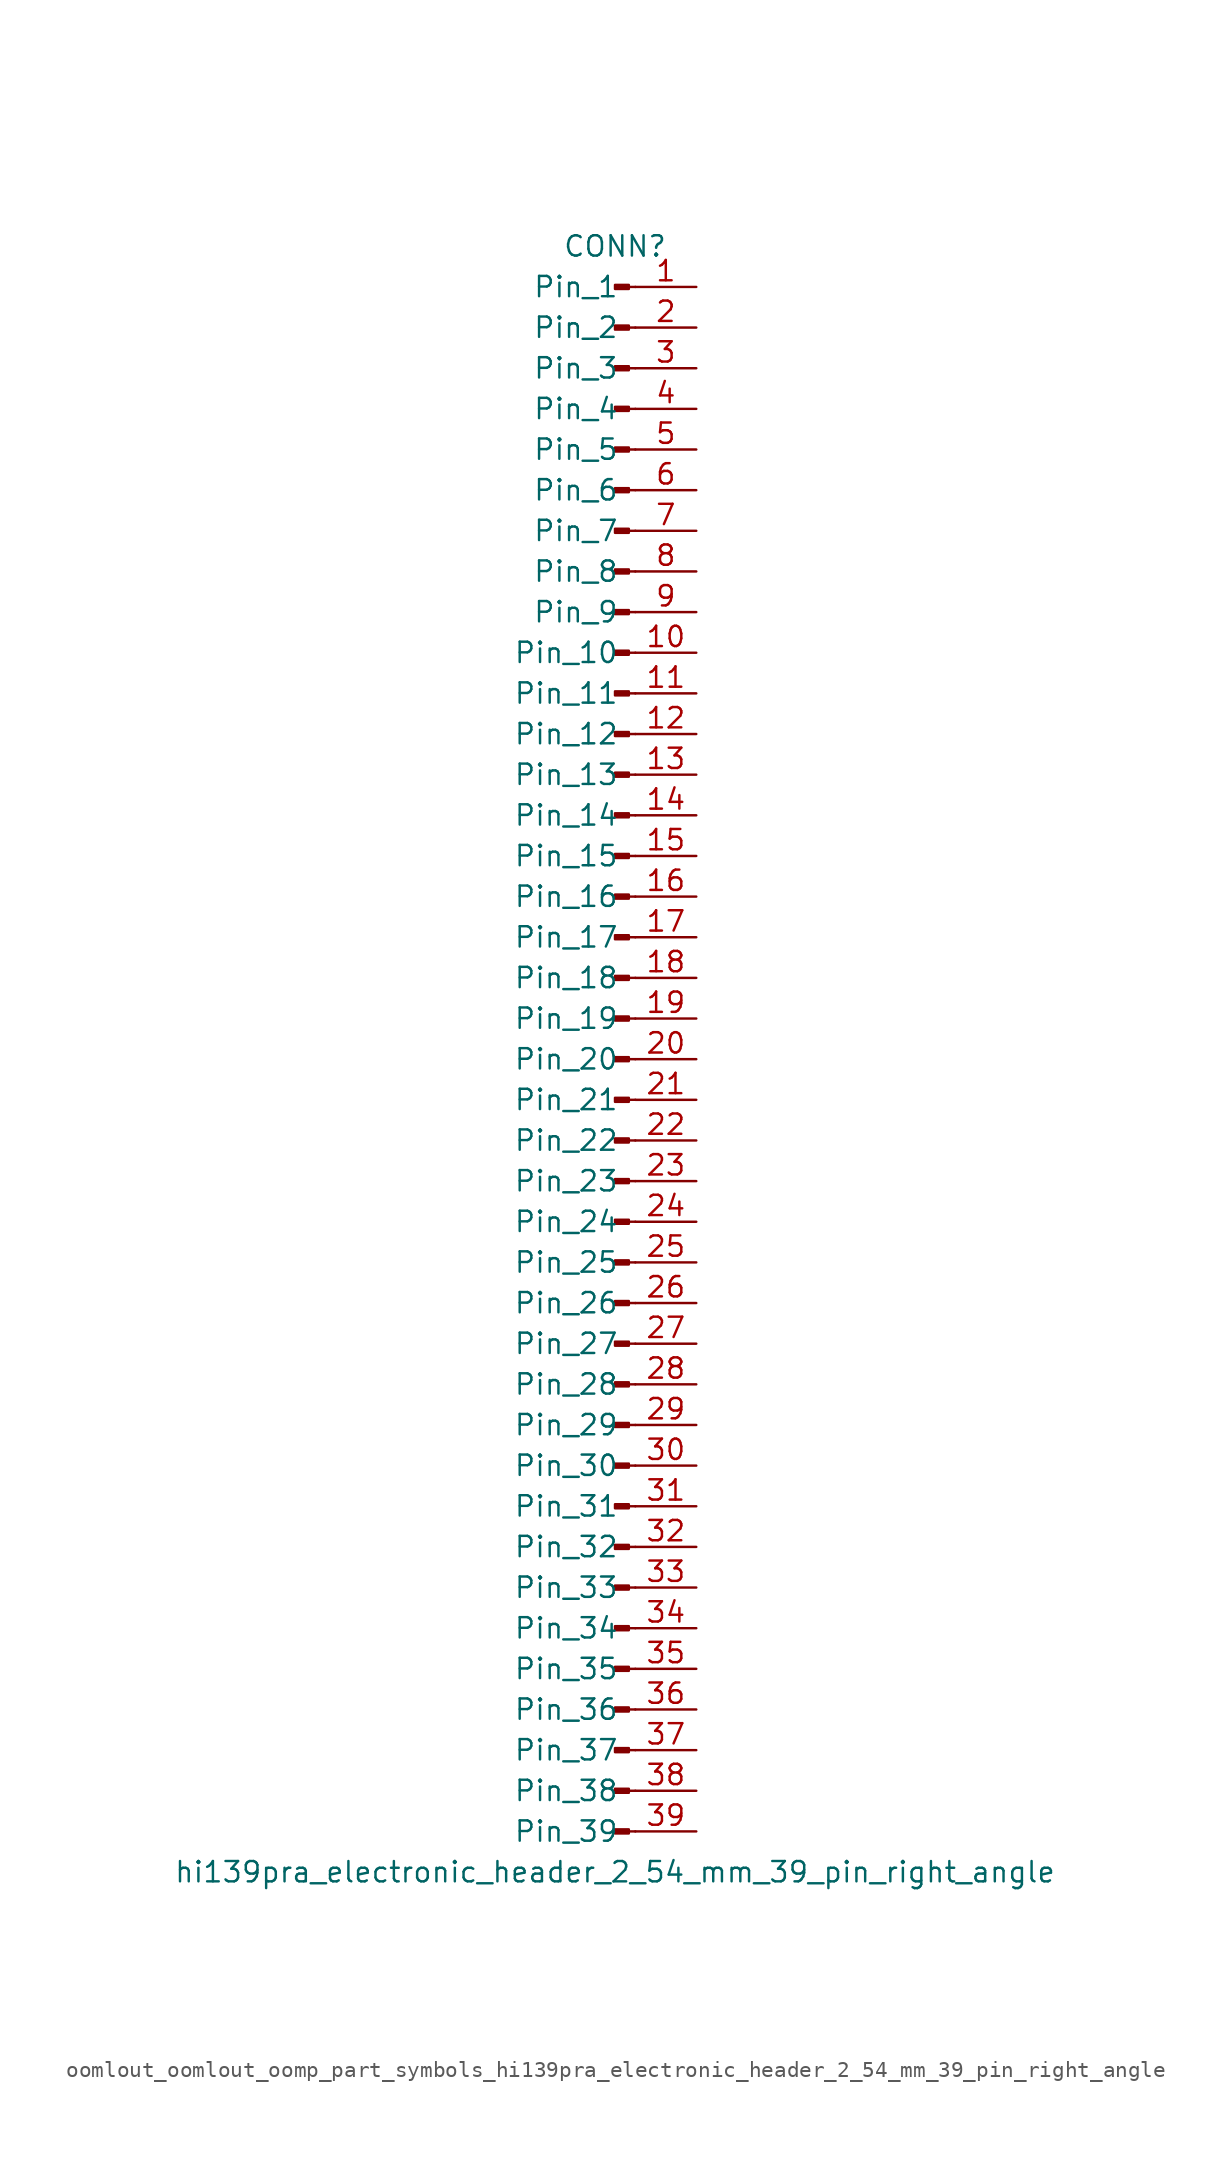
<source format=kicad_sym>
(kicad_symbol_lib
  (version 20220914)
  (generator kicad_symbol_editor)
  (symbol "oomlout_oomlout_oomp_part_symbols_hi139pra_electronic_header_2_54_mm_39_pin_right_angle"
    (pin_names
      (offset 1.016))
    (property "Reference" "CONN"
      (at 0 50.8 0)
      (effects (font (size 1.27 1.27))))
    (property "Value" "hi139pra_electronic_header_2_54_mm_39_pin_right_angle"
      (at 0 -50.8 0)
      (effects (font (size 1.27 1.27))))
    (property "ki_locked" ""
      (at 0 0 0)
      (effects (font (size 1.27 1.27))))
    (symbol "oomlout_oomlout_oomp_part_symbols_hi139pra_electronic_header_2_54_mm_39_pin_right_angle_1_1"
      (polyline (pts (xy 1.27 -48.26) (xy 0.864 -48.26)) (stroke (width 0.152) (type default)) (fill (type none)))
      (polyline (pts (xy 1.27 -45.72) (xy 0.864 -45.72)) (stroke (width 0.152) (type default)) (fill (type none)))
      (polyline (pts (xy 1.27 -43.18) (xy 0.864 -43.18)) (stroke (width 0.152) (type default)) (fill (type none)))
      (polyline (pts (xy 1.27 -40.64) (xy 0.864 -40.64)) (stroke (width 0.152) (type default)) (fill (type none)))
      (polyline (pts (xy 1.27 -38.1) (xy 0.864 -38.1)) (stroke (width 0.152) (type default)) (fill (type none)))
      (polyline (pts (xy 1.27 -35.56) (xy 0.864 -35.56)) (stroke (width 0.152) (type default)) (fill (type none)))
      (polyline (pts (xy 1.27 -33.02) (xy 0.864 -33.02)) (stroke (width 0.152) (type default)) (fill (type none)))
      (polyline (pts (xy 1.27 -30.48) (xy 0.864 -30.48)) (stroke (width 0.152) (type default)) (fill (type none)))
      (polyline (pts (xy 1.27 -27.94) (xy 0.864 -27.94)) (stroke (width 0.152) (type default)) (fill (type none)))
      (polyline (pts (xy 1.27 -25.4) (xy 0.864 -25.4)) (stroke (width 0.152) (type default)) (fill (type none)))
      (polyline (pts (xy 1.27 -22.86) (xy 0.864 -22.86)) (stroke (width 0.152) (type default)) (fill (type none)))
      (polyline (pts (xy 1.27 -20.32) (xy 0.864 -20.32)) (stroke (width 0.152) (type default)) (fill (type none)))
      (polyline (pts (xy 1.27 -17.78) (xy 0.864 -17.78)) (stroke (width 0.152) (type default)) (fill (type none)))
      (polyline (pts (xy 1.27 -15.24) (xy 0.864 -15.24)) (stroke (width 0.152) (type default)) (fill (type none)))
      (polyline (pts (xy 1.27 -12.7) (xy 0.864 -12.7)) (stroke (width 0.152) (type default)) (fill (type none)))
      (polyline (pts (xy 1.27 -10.16) (xy 0.864 -10.16)) (stroke (width 0.152) (type default)) (fill (type none)))
      (polyline (pts (xy 1.27 -7.62) (xy 0.864 -7.62)) (stroke (width 0.152) (type default)) (fill (type none)))
      (polyline (pts (xy 1.27 -5.08) (xy 0.864 -5.08)) (stroke (width 0.152) (type default)) (fill (type none)))
      (polyline (pts (xy 1.27 -2.54) (xy 0.864 -2.54)) (stroke (width 0.152) (type default)) (fill (type none)))
      (polyline (pts (xy 1.27 0) (xy 0.864 0)) (stroke (width 0.152) (type default)) (fill (type none)))
      (polyline (pts (xy 1.27 2.54) (xy 0.864 2.54)) (stroke (width 0.152) (type default)) (fill (type none)))
      (polyline (pts (xy 1.27 5.08) (xy 0.864 5.08)) (stroke (width 0.152) (type default)) (fill (type none)))
      (polyline (pts (xy 1.27 7.62) (xy 0.864 7.62)) (stroke (width 0.152) (type default)) (fill (type none)))
      (polyline (pts (xy 1.27 10.16) (xy 0.864 10.16)) (stroke (width 0.152) (type default)) (fill (type none)))
      (polyline (pts (xy 1.27 12.7) (xy 0.864 12.7)) (stroke (width 0.152) (type default)) (fill (type none)))
      (polyline (pts (xy 1.27 15.24) (xy 0.864 15.24)) (stroke (width 0.152) (type default)) (fill (type none)))
      (polyline (pts (xy 1.27 17.78) (xy 0.864 17.78)) (stroke (width 0.152) (type default)) (fill (type none)))
      (polyline (pts (xy 1.27 20.32) (xy 0.864 20.32)) (stroke (width 0.152) (type default)) (fill (type none)))
      (polyline (pts (xy 1.27 22.86) (xy 0.864 22.86)) (stroke (width 0.152) (type default)) (fill (type none)))
      (polyline (pts (xy 1.27 25.4) (xy 0.864 25.4)) (stroke (width 0.152) (type default)) (fill (type none)))
      (polyline (pts (xy 1.27 27.94) (xy 0.864 27.94)) (stroke (width 0.152) (type default)) (fill (type none)))
      (polyline (pts (xy 1.27 30.48) (xy 0.864 30.48)) (stroke (width 0.152) (type default)) (fill (type none)))
      (polyline (pts (xy 1.27 33.02) (xy 0.864 33.02)) (stroke (width 0.152) (type default)) (fill (type none)))
      (polyline (pts (xy 1.27 35.56) (xy 0.864 35.56)) (stroke (width 0.152) (type default)) (fill (type none)))
      (polyline (pts (xy 1.27 38.1) (xy 0.864 38.1)) (stroke (width 0.152) (type default)) (fill (type none)))
      (polyline (pts (xy 1.27 40.64) (xy 0.864 40.64)) (stroke (width 0.152) (type default)) (fill (type none)))
      (polyline (pts (xy 1.27 43.18) (xy 0.864 43.18)) (stroke (width 0.152) (type default)) (fill (type none)))
      (polyline (pts (xy 1.27 45.72) (xy 0.864 45.72)) (stroke (width 0.152) (type default)) (fill (type none)))
      (polyline (pts (xy 1.27 48.26) (xy 0.864 48.26)) (stroke (width 0.152) (type default)) (fill (type none)))
      (rectangle (start 0.864 -48.133) (end 0 -48.387) (stroke (width 0.152) (type default)) (fill (type outline)))
      (rectangle (start 0.864 -45.593) (end 0 -45.847) (stroke (width 0.152) (type default)) (fill (type outline)))
      (rectangle (start 0.864 -43.053) (end 0 -43.307) (stroke (width 0.152) (type default)) (fill (type outline)))
      (rectangle (start 0.864 -40.513) (end 0 -40.767) (stroke (width 0.152) (type default)) (fill (type outline)))
      (rectangle (start 0.864 -37.973) (end 0 -38.227) (stroke (width 0.152) (type default)) (fill (type outline)))
      (rectangle (start 0.864 -35.433) (end 0 -35.687) (stroke (width 0.152) (type default)) (fill (type outline)))
      (rectangle (start 0.864 -32.893) (end 0 -33.147) (stroke (width 0.152) (type default)) (fill (type outline)))
      (rectangle (start 0.864 -30.353) (end 0 -30.607) (stroke (width 0.152) (type default)) (fill (type outline)))
      (rectangle (start 0.864 -27.813) (end 0 -28.067) (stroke (width 0.152) (type default)) (fill (type outline)))
      (rectangle (start 0.864 -25.273) (end 0 -25.527) (stroke (width 0.152) (type default)) (fill (type outline)))
      (rectangle (start 0.864 -22.733) (end 0 -22.987) (stroke (width 0.152) (type default)) (fill (type outline)))
      (rectangle (start 0.864 -20.193) (end 0 -20.447) (stroke (width 0.152) (type default)) (fill (type outline)))
      (rectangle (start 0.864 -17.653) (end 0 -17.907) (stroke (width 0.152) (type default)) (fill (type outline)))
      (rectangle (start 0.864 -15.113) (end 0 -15.367) (stroke (width 0.152) (type default)) (fill (type outline)))
      (rectangle (start 0.864 -12.573) (end 0 -12.827) (stroke (width 0.152) (type default)) (fill (type outline)))
      (rectangle (start 0.864 -10.033) (end 0 -10.287) (stroke (width 0.152) (type default)) (fill (type outline)))
      (rectangle (start 0.864 -7.493) (end 0 -7.747) (stroke (width 0.152) (type default)) (fill (type outline)))
      (rectangle (start 0.864 -4.953) (end 0 -5.207) (stroke (width 0.152) (type default)) (fill (type outline)))
      (rectangle (start 0.864 -2.413) (end 0 -2.667) (stroke (width 0.152) (type default)) (fill (type outline)))
      (rectangle (start 0.864 0.127) (end 0 -0.127) (stroke (width 0.152) (type default)) (fill (type outline)))
      (rectangle (start 0.864 2.667) (end 0 2.413) (stroke (width 0.152) (type default)) (fill (type outline)))
      (rectangle (start 0.864 5.207) (end 0 4.953) (stroke (width 0.152) (type default)) (fill (type outline)))
      (rectangle (start 0.864 7.747) (end 0 7.493) (stroke (width 0.152) (type default)) (fill (type outline)))
      (rectangle (start 0.864 10.287) (end 0 10.033) (stroke (width 0.152) (type default)) (fill (type outline)))
      (rectangle (start 0.864 12.827) (end 0 12.573) (stroke (width 0.152) (type default)) (fill (type outline)))
      (rectangle (start 0.864 15.367) (end 0 15.113) (stroke (width 0.152) (type default)) (fill (type outline)))
      (rectangle (start 0.864 17.907) (end 0 17.653) (stroke (width 0.152) (type default)) (fill (type outline)))
      (rectangle (start 0.864 20.447) (end 0 20.193) (stroke (width 0.152) (type default)) (fill (type outline)))
      (rectangle (start 0.864 22.987) (end 0 22.733) (stroke (width 0.152) (type default)) (fill (type outline)))
      (rectangle (start 0.864 25.527) (end 0 25.273) (stroke (width 0.152) (type default)) (fill (type outline)))
      (rectangle (start 0.864 28.067) (end 0 27.813) (stroke (width 0.152) (type default)) (fill (type outline)))
      (rectangle (start 0.864 30.607) (end 0 30.353) (stroke (width 0.152) (type default)) (fill (type outline)))
      (rectangle (start 0.864 33.147) (end 0 32.893) (stroke (width 0.152) (type default)) (fill (type outline)))
      (rectangle (start 0.864 35.687) (end 0 35.433) (stroke (width 0.152) (type default)) (fill (type outline)))
      (rectangle (start 0.864 38.227) (end 0 37.973) (stroke (width 0.152) (type default)) (fill (type outline)))
      (rectangle (start 0.864 40.767) (end 0 40.513) (stroke (width 0.152) (type default)) (fill (type outline)))
      (rectangle (start 0.864 43.307) (end 0 43.053) (stroke (width 0.152) (type default)) (fill (type outline)))
      (rectangle (start 0.864 45.847) (end 0 45.593) (stroke (width 0.152) (type default)) (fill (type outline)))
      (rectangle (start 0.864 48.387) (end 0 48.133) (stroke (width 0.152) (type default)) (fill (type outline)))
      (pin passive line (at 5.08 48.26 180) (length 3.81) (name "Pin_1" (effects (font (size 1.27 1.27)))) (number "1" (effects (font (size 1.27 1.27)))))
      (pin passive line (at 5.08 25.4 180) (length 3.81) (name "Pin_10" (effects (font (size 1.27 1.27)))) (number "10" (effects (font (size 1.27 1.27)))))
      (pin passive line (at 5.08 22.86 180) (length 3.81) (name "Pin_11" (effects (font (size 1.27 1.27)))) (number "11" (effects (font (size 1.27 1.27)))))
      (pin passive line (at 5.08 20.32 180) (length 3.81) (name "Pin_12" (effects (font (size 1.27 1.27)))) (number "12" (effects (font (size 1.27 1.27)))))
      (pin passive line (at 5.08 17.78 180) (length 3.81) (name "Pin_13" (effects (font (size 1.27 1.27)))) (number "13" (effects (font (size 1.27 1.27)))))
      (pin passive line (at 5.08 15.24 180) (length 3.81) (name "Pin_14" (effects (font (size 1.27 1.27)))) (number "14" (effects (font (size 1.27 1.27)))))
      (pin passive line (at 5.08 12.7 180) (length 3.81) (name "Pin_15" (effects (font (size 1.27 1.27)))) (number "15" (effects (font (size 1.27 1.27)))))
      (pin passive line (at 5.08 10.16 180) (length 3.81) (name "Pin_16" (effects (font (size 1.27 1.27)))) (number "16" (effects (font (size 1.27 1.27)))))
      (pin passive line (at 5.08 7.62 180) (length 3.81) (name "Pin_17" (effects (font (size 1.27 1.27)))) (number "17" (effects (font (size 1.27 1.27)))))
      (pin passive line (at 5.08 5.08 180) (length 3.81) (name "Pin_18" (effects (font (size 1.27 1.27)))) (number "18" (effects (font (size 1.27 1.27)))))
      (pin passive line (at 5.08 2.54 180) (length 3.81) (name "Pin_19" (effects (font (size 1.27 1.27)))) (number "19" (effects (font (size 1.27 1.27)))))
      (pin passive line (at 5.08 45.72 180) (length 3.81) (name "Pin_2" (effects (font (size 1.27 1.27)))) (number "2" (effects (font (size 1.27 1.27)))))
      (pin passive line (at 5.08 0 180) (length 3.81) (name "Pin_20" (effects (font (size 1.27 1.27)))) (number "20" (effects (font (size 1.27 1.27)))))
      (pin passive line (at 5.08 -2.54 180) (length 3.81) (name "Pin_21" (effects (font (size 1.27 1.27)))) (number "21" (effects (font (size 1.27 1.27)))))
      (pin passive line (at 5.08 -5.08 180) (length 3.81) (name "Pin_22" (effects (font (size 1.27 1.27)))) (number "22" (effects (font (size 1.27 1.27)))))
      (pin passive line (at 5.08 -7.62 180) (length 3.81) (name "Pin_23" (effects (font (size 1.27 1.27)))) (number "23" (effects (font (size 1.27 1.27)))))
      (pin passive line (at 5.08 -10.16 180) (length 3.81) (name "Pin_24" (effects (font (size 1.27 1.27)))) (number "24" (effects (font (size 1.27 1.27)))))
      (pin passive line (at 5.08 -12.7 180) (length 3.81) (name "Pin_25" (effects (font (size 1.27 1.27)))) (number "25" (effects (font (size 1.27 1.27)))))
      (pin passive line (at 5.08 -15.24 180) (length 3.81) (name "Pin_26" (effects (font (size 1.27 1.27)))) (number "26" (effects (font (size 1.27 1.27)))))
      (pin passive line (at 5.08 -17.78 180) (length 3.81) (name "Pin_27" (effects (font (size 1.27 1.27)))) (number "27" (effects (font (size 1.27 1.27)))))
      (pin passive line (at 5.08 -20.32 180) (length 3.81) (name "Pin_28" (effects (font (size 1.27 1.27)))) (number "28" (effects (font (size 1.27 1.27)))))
      (pin passive line (at 5.08 -22.86 180) (length 3.81) (name "Pin_29" (effects (font (size 1.27 1.27)))) (number "29" (effects (font (size 1.27 1.27)))))
      (pin passive line (at 5.08 43.18 180) (length 3.81) (name "Pin_3" (effects (font (size 1.27 1.27)))) (number "3" (effects (font (size 1.27 1.27)))))
      (pin passive line (at 5.08 -25.4 180) (length 3.81) (name "Pin_30" (effects (font (size 1.27 1.27)))) (number "30" (effects (font (size 1.27 1.27)))))
      (pin passive line (at 5.08 -27.94 180) (length 3.81) (name "Pin_31" (effects (font (size 1.27 1.27)))) (number "31" (effects (font (size 1.27 1.27)))))
      (pin passive line (at 5.08 -30.48 180) (length 3.81) (name "Pin_32" (effects (font (size 1.27 1.27)))) (number "32" (effects (font (size 1.27 1.27)))))
      (pin passive line (at 5.08 -33.02 180) (length 3.81) (name "Pin_33" (effects (font (size 1.27 1.27)))) (number "33" (effects (font (size 1.27 1.27)))))
      (pin passive line (at 5.08 -35.56 180) (length 3.81) (name "Pin_34" (effects (font (size 1.27 1.27)))) (number "34" (effects (font (size 1.27 1.27)))))
      (pin passive line (at 5.08 -38.1 180) (length 3.81) (name "Pin_35" (effects (font (size 1.27 1.27)))) (number "35" (effects (font (size 1.27 1.27)))))
      (pin passive line (at 5.08 -40.64 180) (length 3.81) (name "Pin_36" (effects (font (size 1.27 1.27)))) (number "36" (effects (font (size 1.27 1.27)))))
      (pin passive line (at 5.08 -43.18 180) (length 3.81) (name "Pin_37" (effects (font (size 1.27 1.27)))) (number "37" (effects (font (size 1.27 1.27)))))
      (pin passive line (at 5.08 -45.72 180) (length 3.81) (name "Pin_38" (effects (font (size 1.27 1.27)))) (number "38" (effects (font (size 1.27 1.27)))))
      (pin passive line (at 5.08 -48.26 180) (length 3.81) (name "Pin_39" (effects (font (size 1.27 1.27)))) (number "39" (effects (font (size 1.27 1.27)))))
      (pin passive line (at 5.08 40.64 180) (length 3.81) (name "Pin_4" (effects (font (size 1.27 1.27)))) (number "4" (effects (font (size 1.27 1.27)))))
      (pin passive line (at 5.08 38.1 180) (length 3.81) (name "Pin_5" (effects (font (size 1.27 1.27)))) (number "5" (effects (font (size 1.27 1.27)))))
      (pin passive line (at 5.08 35.56 180) (length 3.81) (name "Pin_6" (effects (font (size 1.27 1.27)))) (number "6" (effects (font (size 1.27 1.27)))))
      (pin passive line (at 5.08 33.02 180) (length 3.81) (name "Pin_7" (effects (font (size 1.27 1.27)))) (number "7" (effects (font (size 1.27 1.27)))))
      (pin passive line (at 5.08 30.48 180) (length 3.81) (name "Pin_8" (effects (font (size 1.27 1.27)))) (number "8" (effects (font (size 1.27 1.27)))))
      (pin passive line (at 5.08 27.94 180) (length 3.81) (name "Pin_9" (effects (font (size 1.27 1.27)))) (number "9" (effects (font (size 1.27 1.27))))))))
</source>
